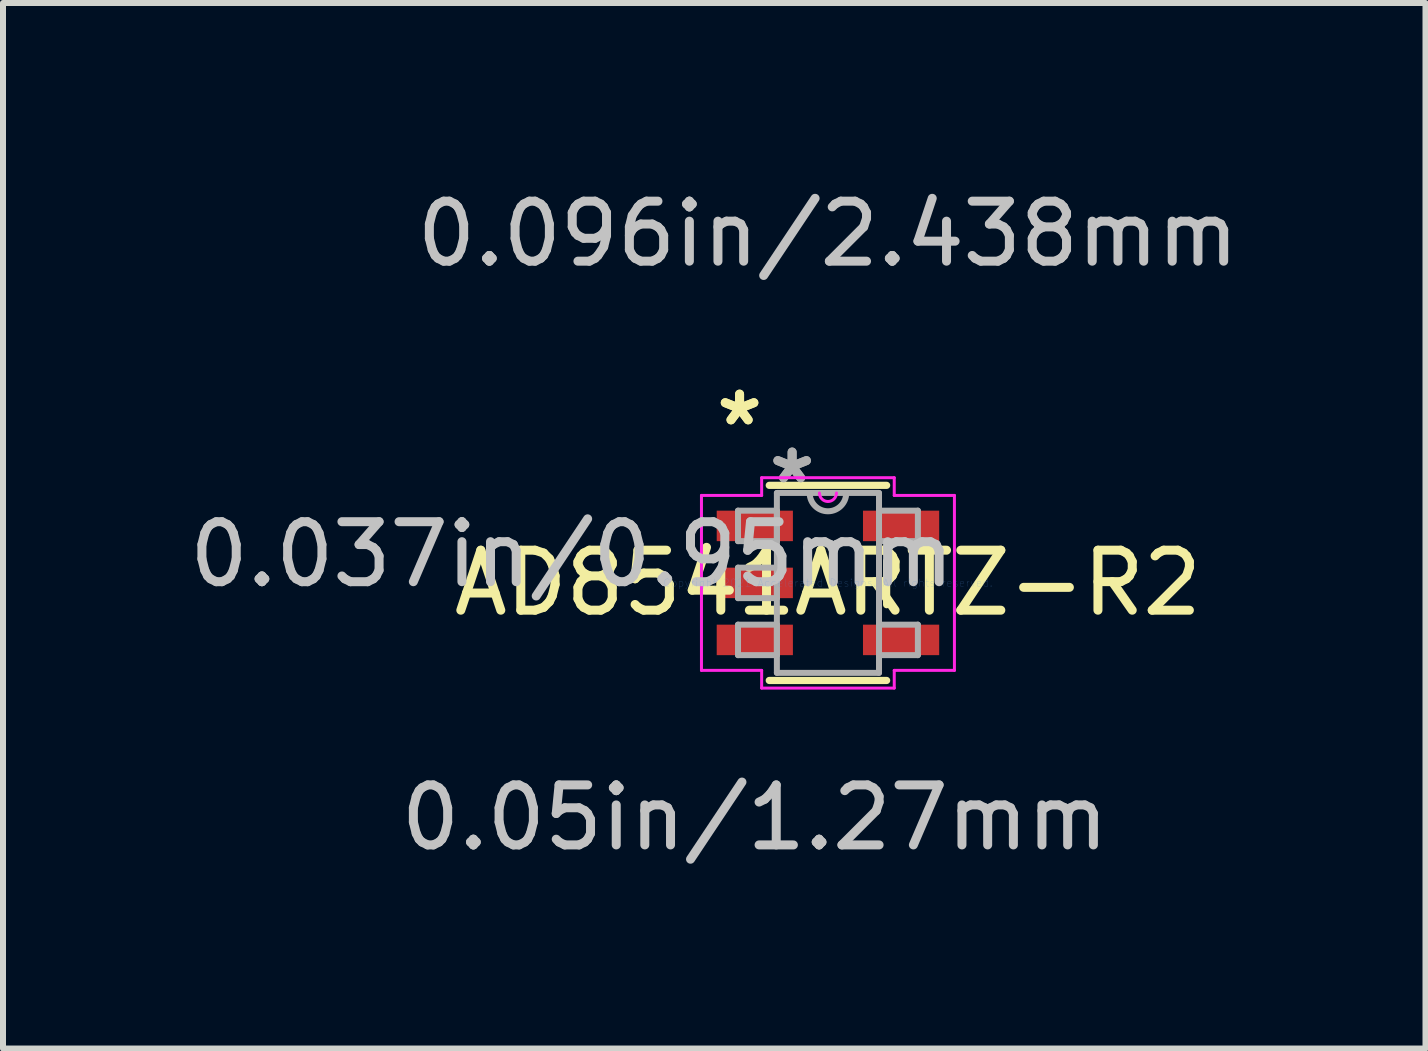
<source format=kicad_pcb>
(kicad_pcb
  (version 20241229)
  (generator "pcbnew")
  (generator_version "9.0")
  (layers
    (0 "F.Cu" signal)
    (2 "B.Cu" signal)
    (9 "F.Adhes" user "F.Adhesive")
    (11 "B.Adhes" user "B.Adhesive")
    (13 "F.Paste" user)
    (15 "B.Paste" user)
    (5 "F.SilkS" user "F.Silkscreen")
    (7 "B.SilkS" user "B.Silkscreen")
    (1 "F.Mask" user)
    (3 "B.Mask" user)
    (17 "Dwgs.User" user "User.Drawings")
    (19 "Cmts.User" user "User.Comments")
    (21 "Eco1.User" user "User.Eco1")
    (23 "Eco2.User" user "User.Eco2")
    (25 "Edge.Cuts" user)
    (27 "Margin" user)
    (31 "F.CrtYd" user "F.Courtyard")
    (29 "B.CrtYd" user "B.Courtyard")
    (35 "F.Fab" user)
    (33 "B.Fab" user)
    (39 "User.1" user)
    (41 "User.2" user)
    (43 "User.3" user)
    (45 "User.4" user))
  (footprint "AD8541ARTZ-R2"
    (layer "F.Cu")
    (at 10.749 6.665)
    (property "Reference" "AD8541ARTZ-R2" (at 0 0 0) (layer "F.SilkS") (effects (font (size 1 1) (thickness 0.15))))
    (attr through_hole)
    (fp_line (start -0.978 1.626) (end 0.978 1.626) (stroke (width 0.12) (type solid)) (layer "F.SilkS"))
    (fp_line (start 0.978 -1.626) (end -0.978 -1.626) (stroke (width 0.12) (type solid)) (layer "F.SilkS"))
    (fp_line (start 0.978 0.363) (end 0.978 -0.363) (stroke (width 0.12) (type solid)) (layer "F.SilkS"))
    (fp_line (start -2.108 -1.458) (end -1.105 -1.458) (stroke (width 0.05) (type solid)) (layer "F.CrtYd"))
    (fp_line (start -2.108 1.458) (end -2.108 -1.458) (stroke (width 0.05) (type solid)) (layer "F.CrtYd"))
    (fp_line (start -1.105 -1.753) (end 1.105 -1.753) (stroke (width 0.05) (type solid)) (layer "F.CrtYd"))
    (fp_line (start -1.105 -1.458) (end -1.105 -1.753) (stroke (width 0.05) (type solid)) (layer "F.CrtYd"))
    (fp_line (start -1.105 1.458) (end -2.108 1.458) (stroke (width 0.05) (type solid)) (layer "F.CrtYd"))
    (fp_line (start -1.105 1.753) (end -1.105 1.458) (stroke (width 0.05) (type solid)) (layer "F.CrtYd"))
    (fp_line (start 1.105 -1.753) (end 1.105 -1.458) (stroke (width 0.05) (type solid)) (layer "F.CrtYd"))
    (fp_line (start 1.105 -1.458) (end 2.108 -1.458) (stroke (width 0.05) (type solid)) (layer "F.CrtYd"))
    (fp_line (start 1.105 1.458) (end 1.105 1.753) (stroke (width 0.05) (type solid)) (layer "F.CrtYd"))
    (fp_line (start 1.105 1.753) (end -1.105 1.753) (stroke (width 0.05) (type solid)) (layer "F.CrtYd"))
    (fp_line (start 2.108 -1.458) (end 2.108 1.458) (stroke (width 0.05) (type solid)) (layer "F.CrtYd"))
    (fp_line (start 2.108 1.458) (end 1.105 1.458) (stroke (width 0.05) (type solid)) (layer "F.CrtYd"))
    (fp_arc (start 0.141817 -1.4986) (mid 0 -1.356783) (end -0.141817 -1.4986) (stroke (width 0.05) (type solid)) (layer "F.CrtYd"))
    (fp_line (start -1.499 -1.204) (end -1.499 -0.696) (stroke (width 0.1) (type solid)) (layer "F.Fab"))
    (fp_line (start -1.499 -0.696) (end -0.851 -0.696) (stroke (width 0.1) (type solid)) (layer "F.Fab"))
    (fp_line (start -1.499 -0.254) (end -1.499 0.254) (stroke (width 0.1) (type solid)) (layer "F.Fab"))
    (fp_line (start -1.499 0.254) (end -0.851 0.254) (stroke (width 0.1) (type solid)) (layer "F.Fab"))
    (fp_line (start -1.499 0.696) (end -1.499 1.204) (stroke (width 0.1) (type solid)) (layer "F.Fab"))
    (fp_line (start -1.499 1.204) (end -0.851 1.204) (stroke (width 0.1) (type solid)) (layer "F.Fab"))
    (fp_line (start -0.851 -1.499) (end -0.851 1.499) (stroke (width 0.1) (type solid)) (layer "F.Fab"))
    (fp_line (start -0.851 -1.204) (end -1.499 -1.204) (stroke (width 0.1) (type solid)) (layer "F.Fab"))
    (fp_line (start -0.851 -0.696) (end -0.851 -1.204) (stroke (width 0.1) (type solid)) (layer "F.Fab"))
    (fp_line (start -0.851 -0.254) (end -1.499 -0.254) (stroke (width 0.1) (type solid)) (layer "F.Fab"))
    (fp_line (start -0.851 0.254) (end -0.851 -0.254) (stroke (width 0.1) (type solid)) (layer "F.Fab"))
    (fp_line (start -0.851 0.696) (end -1.499 0.696) (stroke (width 0.1) (type solid)) (layer "F.Fab"))
    (fp_line (start -0.851 1.204) (end -0.851 0.696) (stroke (width 0.1) (type solid)) (layer "F.Fab"))
    (fp_line (start -0.851 1.499) (end 0.851 1.499) (stroke (width 0.1) (type solid)) (layer "F.Fab"))
    (fp_line (start 0.851 -1.499) (end -0.851 -1.499) (stroke (width 0.1) (type solid)) (layer "F.Fab"))
    (fp_line (start 0.851 -1.204) (end 0.851 -0.696) (stroke (width 0.1) (type solid)) (layer "F.Fab"))
    (fp_line (start 0.851 -0.696) (end 1.499 -0.696) (stroke (width 0.1) (type solid)) (layer "F.Fab"))
    (fp_line (start 0.851 0.696) (end 0.851 1.204) (stroke (width 0.1) (type solid)) (layer "F.Fab"))
    (fp_line (start 0.851 1.204) (end 1.499 1.204) (stroke (width 0.1) (type solid)) (layer "F.Fab"))
    (fp_line (start 0.851 1.499) (end 0.851 -1.499) (stroke (width 0.1) (type solid)) (layer "F.Fab"))
    (fp_line (start 1.499 -1.204) (end 0.851 -1.204) (stroke (width 0.1) (type solid)) (layer "F.Fab"))
    (fp_line (start 1.499 -0.696) (end 1.499 -1.204) (stroke (width 0.1) (type solid)) (layer "F.Fab"))
    (fp_line (start 1.499 0.696) (end 0.851 0.696) (stroke (width 0.1) (type solid)) (layer "F.Fab"))
    (fp_line (start 1.499 1.204) (end 1.499 0.696) (stroke (width 0.1) (type solid)) (layer "F.Fab"))
    (fp_arc (start 0.3048 -1.4986) (mid 0 -1.1938) (end -0.3048 -1.4986) (stroke (width 0.1) (type solid)) (layer "F.Fab"))
    (fp_text user "*" (at -1.473 -2.601 0) (layer "F.SilkS") (effects (font (size 1 1) (thickness 0.15))))
    (fp_text user "*" (at -1.473 -2.601 0) (layer "F.SilkS") (effects (font (size 1 1) (thickness 0.15))))
    (fp_text user "0.05in/1.27mm" (at -1.219 3.912 0) (layer "Dwgs.User") (effects (font (size 1 1) (thickness 0.15))))
    (fp_text user "0.037in/0.95mm" (at -4.267 -0.475 0) (layer "Dwgs.User") (effects (font (size 1 1) (thickness 0.15))))
    (fp_text user "0.096in/2.438mm" (at 0 -5.817 0) (layer "Dwgs.User") (effects (font (size 1 1) (thickness 0.15))))
    (fp_text user "Copyright 2021 Accelerated Designs. All rights reserved." (at 0 0 0) (layer "Cmts.User") (effects (font (size 0.127 0.127) (thickness 0.002))))
    (fp_text user "*" (at -0.597 -1.636 0) (layer "F.Fab") (effects (font (size 1 1) (thickness 0.15))))
    (fp_text user "*" (at -0.597 -1.636 0) (layer "F.Fab") (effects (font (size 1 1) (thickness 0.15))))
    (pad "1" smd rect (at -1.219 -0.95) (size 1.27 0.508) (layers "F.Cu" "F.Mask" "F.Paste"))
    (pad "2" smd rect (at -1.219 0) (size 1.27 0.508) (layers "F.Cu" "F.Mask" "F.Paste"))
    (pad "3" smd rect (at -1.219 0.95) (size 1.27 0.508) (layers "F.Cu" "F.Mask" "F.Paste"))
    (pad "4" smd rect (at 1.219 0.95) (size 1.27 0.508) (layers "F.Cu" "F.Mask" "F.Paste"))
    (pad "5" smd rect (at 1.219 -0.95) (size 1.27 0.508) (layers "F.Cu" "F.Mask" "F.Paste")))
  (gr_rect
    (start -3 -3)
    (end 20.708 14.425)
    (stroke (width 0.1) (type default))
    (fill no)
    (layer "Edge.Cuts")))
</source>
